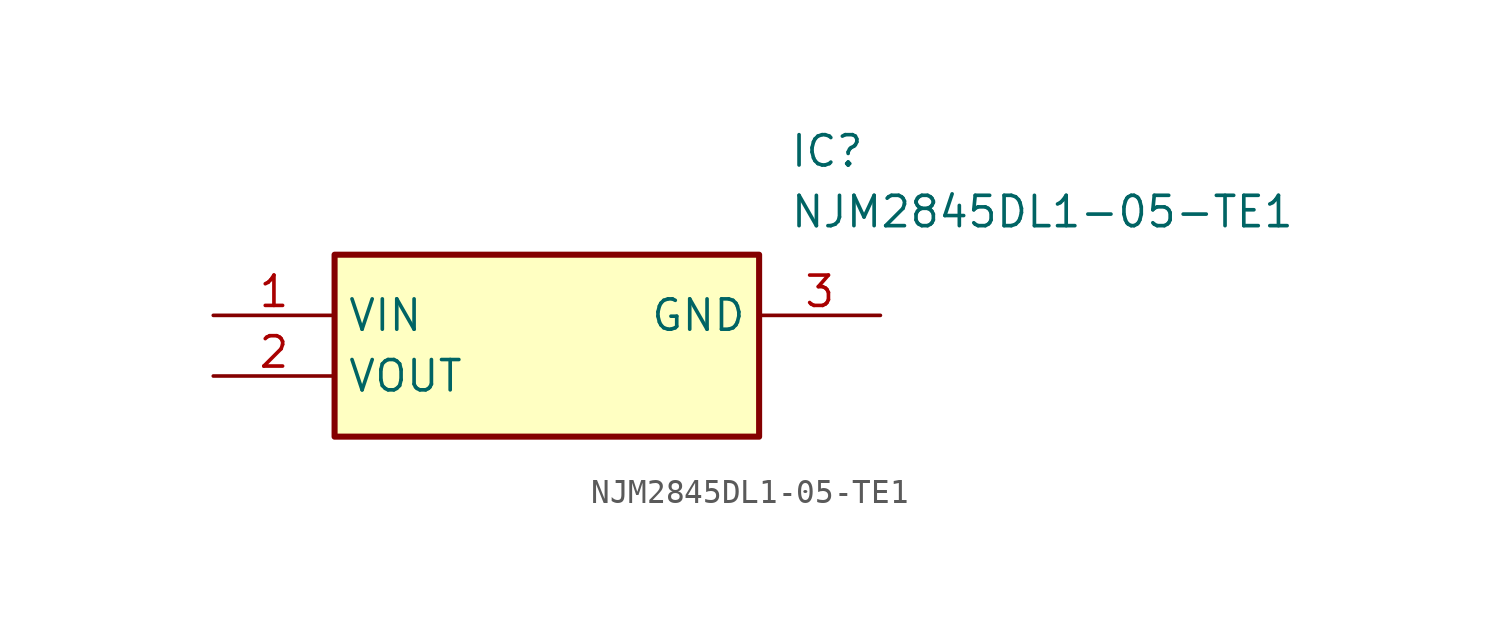
<source format=kicad_sym>
(kicad_symbol_lib
  (version 20211014)
  (generator SamacSys_ECAD_Model)
  (symbol "NJM2845DL1-05-TE1"
    (property "Reference" "IC"
      (at 24.13 7.62 0)
      (effects (font (size 1.27 1.27)) (justify left top)))
    (property "Value" "NJM2845DL1-05-TE1"
      (at 24.13 5.08 0)
      (effects (font (size 1.27 1.27)) (justify left top)))
    (rectangle
      (start 5.08 2.54)
      (end 22.86 -5.08)
      (stroke (width 0.254) (type default))
      (fill (type background)))
    (pin passive line
      (at 0 0 0)
      (length 5.08)
      (name "VIN" (effects (font (size 1.27 1.27))))
      (number "1" (effects (font (size 1.27 1.27)))))
    (pin passive line
      (at 0 -2.54 0)
      (length 5.08)
      (name "VOUT" (effects (font (size 1.27 1.27))))
      (number "2" (effects (font (size 1.27 1.27)))))
    (pin passive line
      (at 27.94 0 180)
      (length 5.08)
      (name "GND" (effects (font (size 1.27 1.27))))
      (number "3" (effects (font (size 1.27 1.27)))))))
</source>
